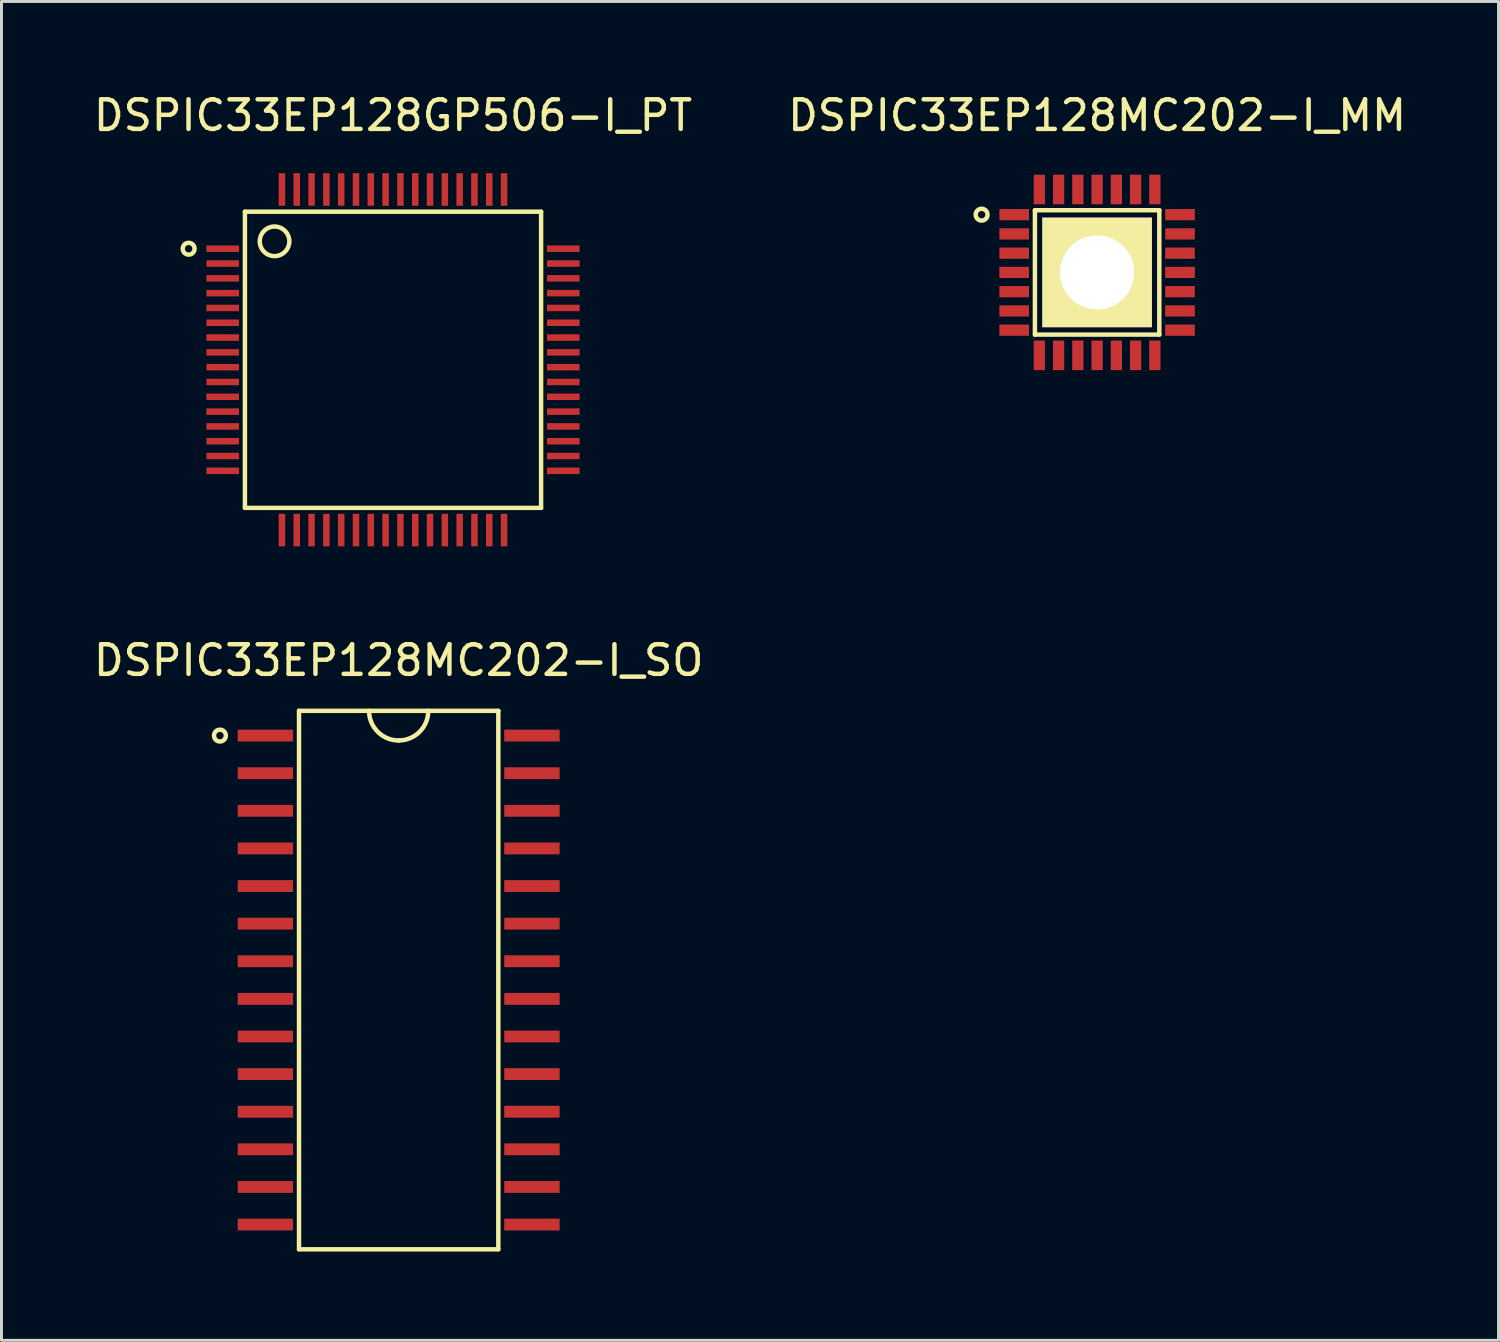
<source format=kicad_pcb>
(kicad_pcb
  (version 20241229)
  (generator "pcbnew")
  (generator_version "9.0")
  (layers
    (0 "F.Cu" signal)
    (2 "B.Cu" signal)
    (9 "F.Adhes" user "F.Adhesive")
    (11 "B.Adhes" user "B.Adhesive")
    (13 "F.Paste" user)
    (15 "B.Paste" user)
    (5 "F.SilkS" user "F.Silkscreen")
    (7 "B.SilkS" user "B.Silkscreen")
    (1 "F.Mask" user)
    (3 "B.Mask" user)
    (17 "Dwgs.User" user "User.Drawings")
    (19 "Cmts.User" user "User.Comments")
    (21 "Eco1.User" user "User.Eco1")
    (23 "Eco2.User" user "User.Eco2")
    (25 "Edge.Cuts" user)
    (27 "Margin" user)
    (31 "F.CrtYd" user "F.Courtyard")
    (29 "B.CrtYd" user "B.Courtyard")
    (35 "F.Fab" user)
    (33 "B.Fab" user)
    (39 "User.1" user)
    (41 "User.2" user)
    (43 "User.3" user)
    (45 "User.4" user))
  (footprint "DSPIC33EP128GP506-I_PT"
    (layer "F.Cu")
    (at 4.47 3.348)
    (property "Reference" "DSPIC33EP128GP506-I_PT" (at 5.75 -2.5 0) (layer "F.SilkS") (effects (font (size 1 1) (thickness 0.15))))
    (attr through_hole)
    (fp_line (start 0.75 0.75) (end 0.75 10.75) (stroke (width 0.15) (type solid)) (layer "F.SilkS"))
    (fp_line (start 0.75 0.75) (end 10.75 0.75) (stroke (width 0.15) (type solid)) (layer "F.SilkS"))
    (fp_line (start 0.75 10.75) (end 10.75 10.75) (stroke (width 0.15) (type solid)) (layer "F.SilkS"))
    (fp_line (start 10.75 10.75) (end 10.75 0.75) (stroke (width 0.15) (type solid)) (layer "F.SilkS"))
    (fp_circle (center -1.15 2) (end -1.15 1.8) (stroke (width 0.15) (type solid)) (fill no) (layer "F.SilkS"))
    (fp_circle (center 1.75 1.75) (end 1.75 1.25) (stroke (width 0.15) (type solid)) (fill no) (layer "F.SilkS"))
    (pad "1" smd rect (at 0 2) (size 1.1 0.22) (layers "F.Cu" "F.Mask" "F.Paste"))
    (pad "2" smd rect (at 0 2.5) (size 1.1 0.22) (layers "F.Cu" "F.Mask" "F.Paste"))
    (pad "3" smd rect (at 0 3) (size 1.1 0.22) (layers "F.Cu" "F.Mask" "F.Paste"))
    (pad "4" smd rect (at 0 3.5) (size 1.1 0.22) (layers "F.Cu" "F.Mask" "F.Paste"))
    (pad "5" smd rect (at 0 4) (size 1.1 0.22) (layers "F.Cu" "F.Mask" "F.Paste"))
    (pad "6" smd rect (at 0 4.5) (size 1.1 0.22) (layers "F.Cu" "F.Mask" "F.Paste"))
    (pad "7" smd rect (at 0 5) (size 1.1 0.22) (layers "F.Cu" "F.Mask" "F.Paste"))
    (pad "8" smd rect (at 0 5.5) (size 1.1 0.22) (layers "F.Cu" "F.Mask" "F.Paste"))
    (pad "9" smd rect (at 0 6) (size 1.1 0.22) (layers "F.Cu" "F.Mask" "F.Paste"))
    (pad "10" smd rect (at 0 6.5) (size 1.1 0.22) (layers "F.Cu" "F.Mask" "F.Paste"))
    (pad "11" smd rect (at 0 7) (size 1.1 0.22) (layers "F.Cu" "F.Mask" "F.Paste"))
    (pad "12" smd rect (at 0 7.5) (size 1.1 0.22) (layers "F.Cu" "F.Mask" "F.Paste"))
    (pad "13" smd rect (at 0 8) (size 1.1 0.22) (layers "F.Cu" "F.Mask" "F.Paste"))
    (pad "14" smd rect (at 0 8.5) (size 1.1 0.22) (layers "F.Cu" "F.Mask" "F.Paste"))
    (pad "15" smd rect (at 0 9) (size 1.1 0.22) (layers "F.Cu" "F.Mask" "F.Paste"))
    (pad "16" smd rect (at 0 9.5) (size 1.1 0.22) (layers "F.Cu" "F.Mask" "F.Paste"))
    (pad "17" smd rect (at 2 11.5) (size 0.22 1.1) (layers "F.Cu" "F.Mask" "F.Paste"))
    (pad "18" smd rect (at 2.5 11.5) (size 0.22 1.1) (layers "F.Cu" "F.Mask" "F.Paste"))
    (pad "19" smd rect (at 3 11.5) (size 0.22 1.1) (layers "F.Cu" "F.Mask" "F.Paste"))
    (pad "20" smd rect (at 3.5 11.5) (size 0.22 1.1) (layers "F.Cu" "F.Mask" "F.Paste"))
    (pad "21" smd rect (at 4 11.5) (size 0.22 1.1) (layers "F.Cu" "F.Mask" "F.Paste"))
    (pad "22" smd rect (at 4.5 11.5) (size 0.22 1.1) (layers "F.Cu" "F.Mask" "F.Paste"))
    (pad "23" smd rect (at 5 11.5) (size 0.22 1.1) (layers "F.Cu" "F.Mask" "F.Paste"))
    (pad "24" smd rect (at 5.5 11.5) (size 0.22 1.1) (layers "F.Cu" "F.Mask" "F.Paste"))
    (pad "25" smd rect (at 6 11.5) (size 0.22 1.1) (layers "F.Cu" "F.Mask" "F.Paste"))
    (pad "26" smd rect (at 6.5 11.5) (size 0.22 1.1) (layers "F.Cu" "F.Mask" "F.Paste"))
    (pad "27" smd rect (at 7 11.5) (size 0.22 1.1) (layers "F.Cu" "F.Mask" "F.Paste"))
    (pad "28" smd rect (at 7.5 11.5) (size 0.22 1.1) (layers "F.Cu" "F.Mask" "F.Paste"))
    (pad "29" smd rect (at 8 11.5) (size 0.22 1.1) (layers "F.Cu" "F.Mask" "F.Paste"))
    (pad "30" smd rect (at 8.5 11.5) (size 0.22 1.1) (layers "F.Cu" "F.Mask" "F.Paste"))
    (pad "31" smd rect (at 9 11.5) (size 0.22 1.1) (layers "F.Cu" "F.Mask" "F.Paste"))
    (pad "32" smd rect (at 9.5 11.5) (size 0.22 1.1) (layers "F.Cu" "F.Mask" "F.Paste"))
    (pad "33" smd rect (at 11.5 9.5) (size 1.1 0.22) (layers "F.Cu" "F.Mask" "F.Paste"))
    (pad "34" smd rect (at 11.5 9) (size 1.1 0.22) (layers "F.Cu" "F.Mask" "F.Paste"))
    (pad "35" smd rect (at 11.5 8.5) (size 1.1 0.22) (layers "F.Cu" "F.Mask" "F.Paste"))
    (pad "36" smd rect (at 11.5 8) (size 1.1 0.22) (layers "F.Cu" "F.Mask" "F.Paste"))
    (pad "37" smd rect (at 11.5 7.5) (size 1.1 0.22) (layers "F.Cu" "F.Mask" "F.Paste"))
    (pad "38" smd rect (at 11.5 7) (size 1.1 0.22) (layers "F.Cu" "F.Mask" "F.Paste"))
    (pad "39" smd rect (at 11.5 6.5) (size 1.1 0.22) (layers "F.Cu" "F.Mask" "F.Paste"))
    (pad "40" smd rect (at 11.5 6) (size 1.1 0.22) (layers "F.Cu" "F.Mask" "F.Paste"))
    (pad "41" smd rect (at 11.5 5.5) (size 1.1 0.22) (layers "F.Cu" "F.Mask" "F.Paste"))
    (pad "42" smd rect (at 11.5 5) (size 1.1 0.22) (layers "F.Cu" "F.Mask" "F.Paste"))
    (pad "43" smd rect (at 11.5 4.5) (size 1.1 0.22) (layers "F.Cu" "F.Mask" "F.Paste"))
    (pad "44" smd rect (at 11.5 4) (size 1.1 0.22) (layers "F.Cu" "F.Mask" "F.Paste"))
    (pad "45" smd rect (at 11.5 3.5) (size 1.1 0.22) (layers "F.Cu" "F.Mask" "F.Paste"))
    (pad "46" smd rect (at 11.5 3) (size 1.1 0.22) (layers "F.Cu" "F.Mask" "F.Paste"))
    (pad "47" smd rect (at 11.5 2.5) (size 1.1 0.22) (layers "F.Cu" "F.Mask" "F.Paste"))
    (pad "48" smd rect (at 11.5 2) (size 1.1 0.22) (layers "F.Cu" "F.Mask" "F.Paste"))
    (pad "49" smd rect (at 9.5 0) (size 0.22 1.1) (layers "F.Cu" "F.Mask" "F.Paste"))
    (pad "50" smd rect (at 9 0) (size 0.22 1.1) (layers "F.Cu" "F.Mask" "F.Paste"))
    (pad "51" smd rect (at 8.5 0) (size 0.22 1.1) (layers "F.Cu" "F.Mask" "F.Paste"))
    (pad "52" smd rect (at 8 0) (size 0.22 1.1) (layers "F.Cu" "F.Mask" "F.Paste"))
    (pad "53" smd rect (at 7.5 0) (size 0.22 1.1) (layers "F.Cu" "F.Mask" "F.Paste"))
    (pad "54" smd rect (at 7 0) (size 0.22 1.1) (layers "F.Cu" "F.Mask" "F.Paste"))
    (pad "55" smd rect (at 6.5 0) (size 0.22 1.1) (layers "F.Cu" "F.Mask" "F.Paste"))
    (pad "56" smd rect (at 6 0) (size 0.22 1.1) (layers "F.Cu" "F.Mask" "F.Paste"))
    (pad "57" smd rect (at 5.5 0) (size 0.22 1.1) (layers "F.Cu" "F.Mask" "F.Paste"))
    (pad "58" smd rect (at 5 0) (size 0.22 1.1) (layers "F.Cu" "F.Mask" "F.Paste"))
    (pad "59" smd rect (at 4.5 0) (size 0.22 1.1) (layers "F.Cu" "F.Mask" "F.Paste"))
    (pad "60" smd rect (at 4 0) (size 0.22 1.1) (layers "F.Cu" "F.Mask" "F.Paste"))
    (pad "61" smd rect (at 3.5 0) (size 0.22 1.1) (layers "F.Cu" "F.Mask" "F.Paste"))
    (pad "62" smd rect (at 3 0) (size 0.22 1.1) (layers "F.Cu" "F.Mask" "F.Paste"))
    (pad "63" smd rect (at 2.5 0) (size 0.22 1.1) (layers "F.Cu" "F.Mask" "F.Paste"))
    (pad "64" smd rect (at 2 0) (size 0.22 1.1) (layers "F.Cu" "F.Mask" "F.Paste")))
  (footprint "DSPIC33EP128MC202-I_MM"
    (layer "F.Cu")
    (at 31.194 3.348)
    (property "Reference" "DSPIC33EP128MC202-I_MM" (at 2.8 -2.5 0) (layer "F.SilkS") (effects (font (size 1 1) (thickness 0.15))))
    (attr through_hole)
    (fp_line (start 0.7 0.7) (end 0.7 4.9) (stroke (width 0.15) (type solid)) (layer "F.SilkS"))
    (fp_line (start 0.7 0.7) (end 4.9 0.7) (stroke (width 0.15) (type solid)) (layer "F.SilkS"))
    (fp_line (start 0.7 4.9) (end 4.9 4.9) (stroke (width 0.15) (type solid)) (layer "F.SilkS"))
    (fp_line (start 4.9 4.9) (end 4.9 0.7) (stroke (width 0.15) (type solid)) (layer "F.SilkS"))
    (fp_circle (center -1.1 0.85) (end -1.1 0.65) (stroke (width 0.15) (type solid)) (fill no) (layer "F.SilkS"))
    (fp_circle (center 1.7 1.7) (end 1.7 1.2) (stroke (width 0.15) (type solid)) (fill no) (layer "F.SilkS"))
    (pad "1" smd rect (at 0 0.85) (size 1 0.38) (layers "F.Cu" "F.Mask" "F.Paste"))
    (pad "2" smd rect (at 0 1.5) (size 1 0.38) (layers "F.Cu" "F.Mask" "F.Paste"))
    (pad "3" smd rect (at 0 2.15) (size 1 0.38) (layers "F.Cu" "F.Mask" "F.Paste"))
    (pad "4" smd rect (at 0 2.8) (size 1 0.38) (layers "F.Cu" "F.Mask" "F.Paste"))
    (pad "5" smd rect (at 0 3.45) (size 1 0.38) (layers "F.Cu" "F.Mask" "F.Paste"))
    (pad "6" smd rect (at 0 4.1) (size 1 0.38) (layers "F.Cu" "F.Mask" "F.Paste"))
    (pad "7" smd rect (at 0 4.75) (size 1 0.38) (layers "F.Cu" "F.Mask" "F.Paste"))
    (pad "8" smd rect (at 0.85 5.6) (size 0.38 1) (layers "F.Cu" "F.Mask" "F.Paste"))
    (pad "9" smd rect (at 1.5 5.6) (size 0.38 1) (layers "F.Cu" "F.Mask" "F.Paste"))
    (pad "10" smd rect (at 2.15 5.6) (size 0.38 1) (layers "F.Cu" "F.Mask" "F.Paste"))
    (pad "11" smd rect (at 2.8 5.6) (size 0.38 1) (layers "F.Cu" "F.Mask" "F.Paste"))
    (pad "12" smd rect (at 3.45 5.6) (size 0.38 1) (layers "F.Cu" "F.Mask" "F.Paste"))
    (pad "13" smd rect (at 4.1 5.6) (size 0.38 1) (layers "F.Cu" "F.Mask" "F.Paste"))
    (pad "14" smd rect (at 4.75 5.6) (size 0.38 1) (layers "F.Cu" "F.Mask" "F.Paste"))
    (pad "15" smd rect (at 5.6 4.75) (size 1 0.38) (layers "F.Cu" "F.Mask" "F.Paste"))
    (pad "16" smd rect (at 5.6 4.1) (size 1 0.38) (layers "F.Cu" "F.Mask" "F.Paste"))
    (pad "17" smd rect (at 5.6 3.45) (size 1 0.38) (layers "F.Cu" "F.Mask" "F.Paste"))
    (pad "18" smd rect (at 5.6 2.8) (size 1 0.38) (layers "F.Cu" "F.Mask" "F.Paste"))
    (pad "19" smd rect (at 5.6 2.15) (size 1 0.38) (layers "F.Cu" "F.Mask" "F.Paste"))
    (pad "20" smd rect (at 5.6 1.5) (size 1 0.38) (layers "F.Cu" "F.Mask" "F.Paste"))
    (pad "21" smd rect (at 5.6 0.85) (size 1 0.38) (layers "F.Cu" "F.Mask" "F.Paste"))
    (pad "22" smd rect (at 4.75 0) (size 0.38 1) (layers "F.Cu" "F.Mask" "F.Paste"))
    (pad "23" smd rect (at 4.1 0) (size 0.38 1) (layers "F.Cu" "F.Mask" "F.Paste"))
    (pad "24" smd rect (at 3.45 0) (size 0.38 1) (layers "F.Cu" "F.Mask" "F.Paste"))
    (pad "25" smd rect (at 2.8 0) (size 0.38 1) (layers "F.Cu" "F.Mask" "F.Paste"))
    (pad "26" smd rect (at 2.15 0) (size 0.38 1) (layers "F.Cu" "F.Mask" "F.Paste"))
    (pad "27" smd rect (at 1.5 0) (size 0.38 1) (layers "F.Cu" "F.Mask" "F.Paste"))
    (pad "28" smd rect (at 0.85 0) (size 0.38 1) (layers "F.Cu" "F.Mask" "F.Paste"))
    (pad "999" thru_hole rect (at 2.8 2.8) (size 3.7 3.7) (drill 2.5) (layers "*.Cu" "*.Mask" "F.SilkS")))
  (footprint "DSPIC33EP128MC202-I_SO"
    (layer "F.Cu")
    (at 5.911 21.787)
    (property "Reference" "DSPIC33EP128MC202-I_SO" (at 4.5 -2.54 0) (layer "F.SilkS") (effects (font (size 1 1) (thickness 0.15))))
    (attr through_hole)
    (fp_line (start 1.135 -0.835) (end 7.865 -0.835) (stroke (width 0.15) (type solid)) (layer "F.SilkS"))
    (fp_line (start 1.135 17.345) (end 1.135 -0.835) (stroke (width 0.15) (type solid)) (layer "F.SilkS"))
    (fp_line (start 7.865 -0.835) (end 7.865 17.345) (stroke (width 0.15) (type solid)) (layer "F.SilkS"))
    (fp_line (start 7.865 17.345) (end 1.135 17.345) (stroke (width 0.15) (type solid)) (layer "F.SilkS"))
    (fp_arc (start 4.5 0.165) (mid 3.792893 -0.127893) (end 3.5 -0.835) (stroke (width 0.15) (type solid)) (layer "F.SilkS"))
    (fp_arc (start 5.5 -0.835) (mid 5.207107 -0.127893) (end 4.5 0.165) (stroke (width 0.15) (type solid)) (layer "F.SilkS"))
    (fp_circle (center -1.535 0) (end -1.535 0.2) (stroke (width 0.15) (type solid)) (fill no) (layer "F.SilkS"))
    (pad "1" smd rect (at 0 0) (size 1.87 0.4) (layers "F.Cu" "F.Mask" "F.Paste"))
    (pad "2" smd rect (at 0 1.27) (size 1.87 0.4) (layers "F.Cu" "F.Mask" "F.Paste"))
    (pad "3" smd rect (at 0 2.54) (size 1.87 0.4) (layers "F.Cu" "F.Mask" "F.Paste"))
    (pad "4" smd rect (at 0 3.81) (size 1.87 0.4) (layers "F.Cu" "F.Mask" "F.Paste"))
    (pad "5" smd rect (at 0 5.08) (size 1.87 0.4) (layers "F.Cu" "F.Mask" "F.Paste"))
    (pad "6" smd rect (at 0 6.35) (size 1.87 0.4) (layers "F.Cu" "F.Mask" "F.Paste"))
    (pad "7" smd rect (at 0 7.62) (size 1.87 0.4) (layers "F.Cu" "F.Mask" "F.Paste"))
    (pad "8" smd rect (at 0 8.89) (size 1.87 0.4) (layers "F.Cu" "F.Mask" "F.Paste"))
    (pad "9" smd rect (at 0 10.16) (size 1.87 0.4) (layers "F.Cu" "F.Mask" "F.Paste"))
    (pad "10" smd rect (at 0 11.43) (size 1.87 0.4) (layers "F.Cu" "F.Mask" "F.Paste"))
    (pad "11" smd rect (at 0 12.7) (size 1.87 0.4) (layers "F.Cu" "F.Mask" "F.Paste"))
    (pad "12" smd rect (at 0 13.97) (size 1.87 0.4) (layers "F.Cu" "F.Mask" "F.Paste"))
    (pad "13" smd rect (at 0 15.24) (size 1.87 0.4) (layers "F.Cu" "F.Mask" "F.Paste"))
    (pad "14" smd rect (at 0 16.51) (size 1.87 0.4) (layers "F.Cu" "F.Mask" "F.Paste"))
    (pad "15" smd rect (at 9 16.51) (size 1.87 0.4) (layers "F.Cu" "F.Mask" "F.Paste"))
    (pad "16" smd rect (at 9 15.24) (size 1.87 0.4) (layers "F.Cu" "F.Mask" "F.Paste"))
    (pad "17" smd rect (at 9 13.97) (size 1.87 0.4) (layers "F.Cu" "F.Mask" "F.Paste"))
    (pad "18" smd rect (at 9 12.7) (size 1.87 0.4) (layers "F.Cu" "F.Mask" "F.Paste"))
    (pad "19" smd rect (at 9 11.43) (size 1.87 0.4) (layers "F.Cu" "F.Mask" "F.Paste"))
    (pad "20" smd rect (at 9 10.16) (size 1.87 0.4) (layers "F.Cu" "F.Mask" "F.Paste"))
    (pad "21" smd rect (at 9 8.89) (size 1.87 0.4) (layers "F.Cu" "F.Mask" "F.Paste"))
    (pad "22" smd rect (at 9 7.62) (size 1.87 0.4) (layers "F.Cu" "F.Mask" "F.Paste"))
    (pad "23" smd rect (at 9 6.35) (size 1.87 0.4) (layers "F.Cu" "F.Mask" "F.Paste"))
    (pad "24" smd rect (at 9 5.08) (size 1.87 0.4) (layers "F.Cu" "F.Mask" "F.Paste"))
    (pad "25" smd rect (at 9 3.81) (size 1.87 0.4) (layers "F.Cu" "F.Mask" "F.Paste"))
    (pad "26" smd rect (at 9 2.54) (size 1.87 0.4) (layers "F.Cu" "F.Mask" "F.Paste"))
    (pad "27" smd rect (at 9 1.27) (size 1.87 0.4) (layers "F.Cu" "F.Mask" "F.Paste"))
    (pad "28" smd rect (at 9 0) (size 1.87 0.4) (layers "F.Cu" "F.Mask" "F.Paste")))
  (gr_rect
    (start -3 -3)
    (end 47.548 42.206)
    (stroke (width 0.1) (type default))
    (fill no)
    (layer "Edge.Cuts")))
</source>
